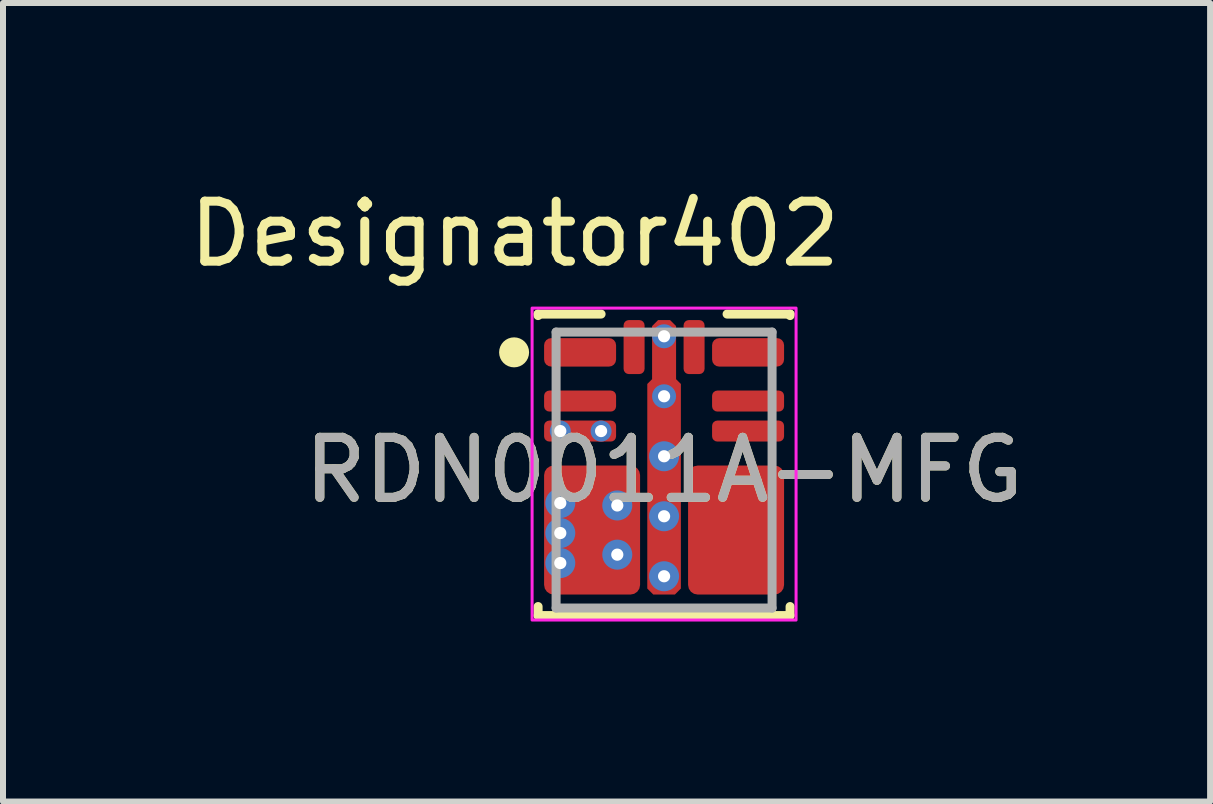
<source format=kicad_pcb>
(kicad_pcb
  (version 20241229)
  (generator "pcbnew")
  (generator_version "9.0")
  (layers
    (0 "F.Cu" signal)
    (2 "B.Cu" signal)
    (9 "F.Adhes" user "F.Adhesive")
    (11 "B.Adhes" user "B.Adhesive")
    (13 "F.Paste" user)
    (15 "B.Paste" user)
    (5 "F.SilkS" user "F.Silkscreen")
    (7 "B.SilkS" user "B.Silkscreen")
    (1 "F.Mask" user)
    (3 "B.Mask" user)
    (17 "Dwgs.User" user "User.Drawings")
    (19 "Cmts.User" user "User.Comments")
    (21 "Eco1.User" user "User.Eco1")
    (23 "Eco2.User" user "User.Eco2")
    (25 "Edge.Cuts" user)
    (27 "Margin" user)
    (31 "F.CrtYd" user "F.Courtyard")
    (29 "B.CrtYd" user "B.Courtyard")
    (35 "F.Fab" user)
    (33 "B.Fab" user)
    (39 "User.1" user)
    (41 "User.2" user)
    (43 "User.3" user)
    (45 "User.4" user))
  (footprint "RDN0011A-MFG"
    (layer "F.Cu")
    (at 8.019 4.785)
    (property "Reference" "RDN0011A-MFG" (at 0 0 0) (unlocked yes) (layer "F.SilkS") (effects (font (size 1 1) (thickness 0.15))))
    (attr through_hole)
    (fp_poly (pts (xy -0.2 -2.4) (xy -0.1 -2.5) (xy 0.1 -2.5) (xy 0.2 -2.4) (xy 0.2 -1.515) (xy 0.24 -1.475) (xy 0.24 -1.475) (xy 0.28 -1.435) (xy 0.28 1.975) (xy 0.18 2.075) (xy -0.18 2.075) (xy -0.28 1.975) (xy -0.28 -1.435) (xy -0.24 -1.475) (xy -0.24 -1.475) (xy -0.2 -1.515)) (stroke (width 0) (type solid)) (fill yes) (layer "F.Cu"))
    (fp_poly (pts (xy -1.95 -2.099) (xy -1.9 -2.15) (xy -0.9 -2.15) (xy -0.85 -2.099) (xy -0.85 -1.825) (xy -0.9 -1.774) (xy -1.9 -1.774) (xy -1.95 -1.825)) (stroke (width 0) (type solid)) (fill yes) (layer "F.Mask"))
    (fp_poly (pts (xy -1.9 -1.025) (xy -1.95 -1.075) (xy -1.95 -1.225) (xy -1.9 -1.275) (xy -0.9 -1.275) (xy -0.85 -1.225) (xy -0.85 -1.075) (xy -0.9 -1.025)) (stroke (width 0) (type solid)) (fill yes) (layer "F.Mask"))
    (fp_poly (pts (xy -0.9 -0.775) (xy -0.85 -0.725) (xy -0.85 -0.575) (xy -0.9 -0.525) (xy -1.9 -0.525) (xy -1.95 -0.575) (xy -1.95 -0.725) (xy -1.9 -0.775)) (stroke (width 0) (type solid)) (fill yes) (layer "F.Mask"))
    (fp_poly (pts (xy -0.425 -1.65) (xy -0.575 -1.65) (xy -0.625 -1.7) (xy -0.625 -2.4) (xy -0.575 -2.45) (xy -0.425 -2.45) (xy -0.375 -2.4) (xy -0.375 -1.7)) (stroke (width 0) (type solid)) (fill yes) (layer "F.Mask"))
    (fp_poly (pts (xy -0.15 -2.4) (xy -0.1 -2.45) (xy 0.1 -2.45) (xy 0.15 -2.4) (xy 0.15 -0.974) (xy 0.1 -0.924) (xy -0.1 -0.924) (xy -0.15 -0.974)) (stroke (width 0) (type solid)) (fill yes) (layer "F.Mask"))
    (fp_poly (pts (xy 0.575 -1.65) (xy 0.425 -1.65) (xy 0.375 -1.7) (xy 0.375 -2.4) (xy 0.425 -2.45) (xy 0.575 -2.45) (xy 0.625 -2.4) (xy 0.625 -1.7)) (stroke (width 0) (type solid)) (fill yes) (layer "F.Mask"))
    (fp_poly (pts (xy 0.85 -1.075) (xy 0.85 -1.225) (xy 0.9 -1.275) (xy 1.9 -1.275) (xy 1.95 -1.225) (xy 1.95 -1.075) (xy 1.9 -1.025) (xy 0.9 -1.025)) (stroke (width 0) (type solid)) (fill yes) (layer "F.Mask"))
    (fp_poly (pts (xy 0.85 -0.725) (xy 0.9 -0.775) (xy 1.9 -0.775) (xy 1.95 -0.725) (xy 1.95 -0.575) (xy 1.9 -0.525) (xy 0.9 -0.525) (xy 0.85 -0.575)) (stroke (width 0) (type solid)) (fill yes) (layer "F.Mask"))
    (fp_poly (pts (xy 1.95 -2.099) (xy 1.95 -1.825) (xy 1.9 -1.774) (xy 0.9 -1.774) (xy 0.85 -1.825) (xy 0.85 -2.099) (xy 0.9 -2.15) (xy 1.9 -2.15)) (stroke (width 0) (type solid)) (fill yes) (layer "F.Mask"))
    (fp_poly (pts (xy -0.5 2.025) (xy -0.45 1.975) (xy -0.45 0.025) (xy -0.5 -0.025) (xy -1.525 -0.025) (xy -1.575 0.025) (xy -1.575 0.125) (xy -1.625 0.175) (xy -1.9 0.175) (xy -1.95 0.225) (xy -1.95 0.375) (xy -1.9 0.425) (xy -1.625 0.425) (xy -1.575 0.475) (xy -1.575 0.625) (xy -1.625 0.675) (xy -1.9 0.675) (xy -1.95 0.725) (xy -1.95 0.875) (xy -1.9 0.925) (xy -1.625 0.925) (xy -1.575 0.975) (xy -1.575 1.125) (xy -1.625 1.175) (xy -1.9 1.175) (xy -1.95 1.225) (xy -1.95 1.375) (xy -1.9 1.425) (xy -1.625 1.425) (xy -1.575 1.475) (xy -1.575 1.625) (xy -1.625 1.675) (xy -1.9 1.675) (xy -1.95 1.725) (xy -1.95 1.875) (xy -1.9 1.925) (xy -1.625 1.925) (xy -1.575 1.975) (xy -1.575 1.975) (xy -1.525 2.025)) (stroke (width 0) (type solid)) (fill yes) (layer "F.Mask"))
    (fp_poly (pts (xy 0.5 2.025) (xy 0.45 1.975) (xy 0.45 0.025) (xy 0.5 -0.025) (xy 1.525 -0.025) (xy 1.575 0.025) (xy 1.575 0.125) (xy 1.625 0.175) (xy 1.9 0.175) (xy 1.95 0.225) (xy 1.95 0.375) (xy 1.9 0.425) (xy 1.625 0.425) (xy 1.575 0.475) (xy 1.575 0.625) (xy 1.625 0.675) (xy 1.9 0.675) (xy 1.95 0.725) (xy 1.95 0.875) (xy 1.9 0.925) (xy 1.625 0.925) (xy 1.575 0.975) (xy 1.575 1.125) (xy 1.625 1.175) (xy 1.9 1.175) (xy 1.95 1.225) (xy 1.95 1.375) (xy 1.9 1.425) (xy 1.625 1.425) (xy 1.575 1.475) (xy 1.575 1.625) (xy 1.625 1.675) (xy 1.9 1.675) (xy 1.95 1.725) (xy 1.95 1.875) (xy 1.9 1.925) (xy 1.625 1.925) (xy 1.575 1.975) (xy 1.575 1.975) (xy 1.525 2.025)) (stroke (width 0) (type solid)) (fill yes) (layer "F.Mask"))
    (fp_line (start -2.1 -2.6) (end -1.05 -2.6) (stroke (width 0.15) (type solid)) (layer "F.SilkS"))
    (fp_line (start -2.1 -2.575) (end -2.1 -2.6) (stroke (width 0.15) (type solid)) (layer "F.SilkS"))
    (fp_line (start -2.1 2.425) (end -2.1 2.275) (stroke (width 0.15) (type solid)) (layer "F.SilkS"))
    (fp_line (start -2.1 2.425) (end 2.1 2.425) (stroke (width 0.15) (type solid)) (layer "F.SilkS"))
    (fp_line (start 1.05 -2.6) (end 2.1 -2.6) (stroke (width 0.15) (type solid)) (layer "F.SilkS"))
    (fp_line (start 2.1 -2.575) (end 2.1 -2.6) (stroke (width 0.15) (type solid)) (layer "F.SilkS"))
    (fp_line (start 2.1 2.425) (end 2.1 2.275) (stroke (width 0.15) (type solid)) (layer "F.SilkS"))
    (fp_circle (center -2.5 -1.962) (end -2.375 -1.962) (stroke (width 0.25) (type solid)) (fill no) (layer "F.SilkS"))
    (fp_poly (pts (xy -1.95 -2.099) (xy -1.9 -2.15) (xy -0.9 -2.15) (xy -0.85 -2.099) (xy -0.85 -1.825) (xy -0.9 -1.774) (xy -1.9 -1.774) (xy -1.95 -1.825)) (stroke (width 0) (type solid)) (fill yes) (layer "F.Paste"))
    (fp_poly (pts (xy -1.9 -1.025) (xy -1.95 -1.075) (xy -1.95 -1.225) (xy -1.9 -1.275) (xy -0.9 -1.275) (xy -0.85 -1.225) (xy -0.85 -1.075) (xy -0.9 -1.025)) (stroke (width 0) (type solid)) (fill yes) (layer "F.Paste"))
    (fp_poly (pts (xy -1.575 0.225) (xy -1.575 0.375) (xy -1.625 0.425) (xy -1.9 0.425) (xy -1.95 0.375) (xy -1.95 0.225) (xy -1.9 0.175) (xy -1.625 0.175)) (stroke (width 0) (type solid)) (fill yes) (layer "F.Paste"))
    (fp_poly (pts (xy -1.575 0.725) (xy -1.575 0.875) (xy -1.625 0.925) (xy -1.9 0.925) (xy -1.95 0.875) (xy -1.95 0.725) (xy -1.9 0.675) (xy -1.625 0.675)) (stroke (width 0) (type solid)) (fill yes) (layer "F.Paste"))
    (fp_poly (pts (xy -1.575 1.225) (xy -1.575 1.375) (xy -1.625 1.425) (xy -1.9 1.425) (xy -1.95 1.375) (xy -1.95 1.225) (xy -1.9 1.175) (xy -1.625 1.175)) (stroke (width 0) (type solid)) (fill yes) (layer "F.Paste"))
    (fp_poly (pts (xy -1.575 1.725) (xy -1.575 1.875) (xy -1.625 1.925) (xy -1.9 1.925) (xy -1.95 1.875) (xy -1.95 1.725) (xy -1.9 1.675) (xy -1.625 1.675)) (stroke (width 0) (type solid)) (fill yes) (layer "F.Paste"))
    (fp_poly (pts (xy -1.38 0.443) (xy -1.38 0.028) (xy -1.33 -0.022) (xy -0.5 -0.022) (xy -0.45 0.028) (xy -0.45 0.443) (xy -0.5 0.493) (xy -1.33 0.493)) (stroke (width 0) (type solid)) (fill yes) (layer "F.Paste"))
    (fp_poly (pts (xy -1.33 1.31) (xy -1.38 1.26) (xy -1.38 0.74) (xy -1.33 0.69) (xy -0.5 0.69) (xy -0.45 0.74) (xy -0.45 1.26) (xy -0.5 1.31)) (stroke (width 0) (type solid)) (fill yes) (layer "F.Paste"))
    (fp_poly (pts (xy -1.33 1.512) (xy -0.5 1.512) (xy -0.45 1.562) (xy -0.45 1.977) (xy -0.5 2.027) (xy -1.33 2.027) (xy -1.38 1.977) (xy -1.38 1.562)) (stroke (width 0) (type solid)) (fill yes) (layer "F.Paste"))
    (fp_poly (pts (xy -0.9 -0.775) (xy -0.85 -0.725) (xy -0.85 -0.575) (xy -0.9 -0.525) (xy -1.9 -0.525) (xy -1.95 -0.575) (xy -1.95 -0.725) (xy -1.9 -0.775)) (stroke (width 0) (type solid)) (fill yes) (layer "F.Paste"))
    (fp_poly (pts (xy -0.425 -1.65) (xy -0.575 -1.65) (xy -0.625 -1.7) (xy -0.625 -2.4) (xy -0.575 -2.45) (xy -0.425 -2.45) (xy -0.375 -2.4) (xy -0.375 -1.7)) (stroke (width 0) (type solid)) (fill yes) (layer "F.Paste"))
    (fp_poly (pts (xy -0.15 -2.4) (xy -0.1 -2.45) (xy 0.1 -2.45) (xy 0.15 -2.4) (xy 0.15 -0.974) (xy 0.1 -0.924) (xy -0.1 -0.924) (xy -0.15 -0.974)) (stroke (width 0) (type solid)) (fill yes) (layer "F.Paste"))
    (fp_poly (pts (xy 0.45 1.26) (xy 0.45 0.74) (xy 0.5 0.69) (xy 1.33 0.69) (xy 1.38 0.74) (xy 1.38 1.26) (xy 1.33 1.31) (xy 0.5 1.31)) (stroke (width 0) (type solid)) (fill yes) (layer "F.Paste"))
    (fp_poly (pts (xy 0.575 -1.65) (xy 0.425 -1.65) (xy 0.375 -1.7) (xy 0.375 -2.4) (xy 0.425 -2.45) (xy 0.575 -2.45) (xy 0.625 -2.4) (xy 0.625 -1.7)) (stroke (width 0) (type solid)) (fill yes) (layer "F.Paste"))
    (fp_poly (pts (xy 0.85 -1.075) (xy 0.85 -1.225) (xy 0.9 -1.275) (xy 1.9 -1.275) (xy 1.95 -1.225) (xy 1.95 -1.075) (xy 1.9 -1.025) (xy 0.9 -1.025)) (stroke (width 0) (type solid)) (fill yes) (layer "F.Paste"))
    (fp_poly (pts (xy 0.85 -0.725) (xy 0.9 -0.775) (xy 1.9 -0.775) (xy 1.95 -0.725) (xy 1.95 -0.575) (xy 1.9 -0.525) (xy 0.9 -0.525) (xy 0.85 -0.575)) (stroke (width 0) (type solid)) (fill yes) (layer "F.Paste"))
    (fp_poly (pts (xy 1.33 0.493) (xy 0.5 0.493) (xy 0.45 0.443) (xy 0.45 0.028) (xy 0.5 -0.022) (xy 1.33 -0.022) (xy 1.38 0.028) (xy 1.38 0.443)) (stroke (width 0) (type solid)) (fill yes) (layer "F.Paste"))
    (fp_poly (pts (xy 1.38 1.562) (xy 1.38 1.977) (xy 1.33 2.027) (xy 0.5 2.027) (xy 0.45 1.977) (xy 0.45 1.562) (xy 0.5 1.512) (xy 1.33 1.512)) (stroke (width 0) (type solid)) (fill yes) (layer "F.Paste"))
    (fp_poly (pts (xy 1.95 0.225) (xy 1.95 0.375) (xy 1.9 0.425) (xy 1.625 0.425) (xy 1.575 0.375) (xy 1.575 0.225) (xy 1.625 0.175) (xy 1.9 0.175)) (stroke (width 0) (type solid)) (fill yes) (layer "F.Paste"))
    (fp_poly (pts (xy 1.95 0.725) (xy 1.95 0.875) (xy 1.9 0.925) (xy 1.625 0.925) (xy 1.575 0.875) (xy 1.575 0.725) (xy 1.625 0.675) (xy 1.9 0.675)) (stroke (width 0) (type solid)) (fill yes) (layer "F.Paste"))
    (fp_poly (pts (xy 1.95 1.225) (xy 1.95 1.375) (xy 1.9 1.425) (xy 1.625 1.425) (xy 1.575 1.375) (xy 1.575 1.225) (xy 1.625 1.175) (xy 1.9 1.175)) (stroke (width 0) (type solid)) (fill yes) (layer "F.Paste"))
    (fp_poly (pts (xy 1.95 1.725) (xy 1.95 1.875) (xy 1.9 1.925) (xy 1.625 1.925) (xy 1.575 1.875) (xy 1.575 1.725) (xy 1.625 1.675) (xy 1.9 1.675)) (stroke (width 0) (type solid)) (fill yes) (layer "F.Paste"))
    (fp_poly (pts (xy 1.95 -2.099) (xy 1.95 -1.825) (xy 1.9 -1.774) (xy 0.9 -1.774) (xy 0.85 -1.825) (xy 0.85 -2.099) (xy 0.9 -2.15) (xy 1.9 -2.15)) (stroke (width 0) (type solid)) (fill yes) (layer "F.Paste"))
    (fp_rect (start -2.2 -2.7) (end 2.2 2.5) (stroke (width 0.05) (type default)) (fill no) (layer "F.CrtYd"))
    (fp_line (start -1.8 -2.3) (end 1.8 -2.3) (stroke (width 0.15) (type solid)) (layer "F.Fab"))
    (fp_line (start -1.8 2.3) (end -1.8 -2.3) (stroke (width 0.15) (type solid)) (layer "F.Fab"))
    (fp_line (start -1.8 2.3) (end 1.8 2.3) (stroke (width 0.15) (type solid)) (layer "F.Fab"))
    (fp_line (start 1.8 2.3) (end 1.8 -2.3) (stroke (width 0.15) (type solid)) (layer "F.Fab"))
    (fp_text user "Designator402" (at -2.489 -3.937 0) (unlocked yes) (layer "F.SilkS") (effects (font (size 1 1) (thickness 0.15))))
    (fp_text user "${REFERENCE}" (at 0 0 0) (unlocked yes) (layer "F.Fab") (effects (font (size 1 1) (thickness 0.15))))
    (pad "1" smd roundrect (at -1.4 -1.962) (size 1.2 0.475) (layers "F.Cu") (roundrect_rratio 0.25))
    (pad "2" smd roundrect (at -1.4 -1.15) (size 1.2 0.35) (layers "F.Cu") (roundrect_rratio 0.25))
    (pad "3" smd roundrect (at -1.4 -0.65) (size 1.2 0.35) (layers "F.Cu") (roundrect_rratio 0.25))
    (pad "4" smd roundrect (at -1.2 1) (size 1.6 2.15) (layers "F.Cu") (roundrect_rratio 0.1))
    (pad "5" smd roundrect (at 1.2 1) (size 1.6 2.15) (layers "F.Cu") (roundrect_rratio 0.1))
    (pad "6" smd roundrect (at 1.4 -0.65) (size 1.2 0.35) (layers "F.Cu") (roundrect_rratio 0.25))
    (pad "7" smd roundrect (at 1.4 -1.15) (size 1.2 0.35) (layers "F.Cu") (roundrect_rratio 0.25))
    (pad "8" smd roundrect (at 1.4 -1.962) (size 1.2 0.475) (layers "F.Cu") (roundrect_rratio 0.25))
    (pad "9" smd roundrect (at 0.5 -2.05) (size 0.35 0.9) (layers "F.Cu") (roundrect_rratio 0.25))
    (pad "10" smd circle (at 0 -1.005) (size 0.504 0.504) (layers "F.Cu"))
    (pad "11" smd roundrect (at -0.5 -2.05) (size 0.35 0.9) (layers "F.Cu") (roundrect_rratio 0.25))
    (pad "12" thru_hole circle (at -1.05 -0.65) (size 0.35 0.35) (drill 0.203) (layers "*.Cu" "B.Mask"))
    (pad "13" thru_hole circle (at -1.73 -0.65) (size 0.35 0.35) (drill 0.203) (layers "*.Cu" "B.Mask"))
    (pad "14" thru_hole circle (at -0.78 1.41) (size 0.5 0.5) (drill 0.203) (layers "*.Cu" "B.Mask"))
    (pad "15" thru_hole circle (at -0.78 0.59) (size 0.5 0.5) (drill 0.203) (layers "*.Cu" "B.Mask"))
    (pad "16" thru_hole circle (at -1.73 1.55) (size 0.5 0.5) (drill 0.203) (layers "*.Cu" "B.Mask"))
    (pad "17" thru_hole circle (at -1.73 1.05) (size 0.5 0.5) (drill 0.203) (layers "*.Cu" "B.Mask"))
    (pad "18" thru_hole circle (at -1.73 0.55) (size 0.5 0.5) (drill 0.203) (layers "*.Cu" "B.Mask"))
    (pad "19" thru_hole circle (at 0 -2.23) (size 0.4 0.4) (drill 0.203) (layers "*.Cu" "B.Mask"))
    (pad "20" thru_hole circle (at 0 -1.23) (size 0.4 0.4) (drill 0.203) (layers "*.Cu" "B.Mask"))
    (pad "21" thru_hole circle (at 0 -0.23) (size 0.5 0.5) (drill 0.203) (layers "*.Cu" "B.Mask"))
    (pad "22" thru_hole circle (at 0 0.77) (size 0.5 0.5) (drill 0.203) (layers "*.Cu" "B.Mask"))
    (pad "23" thru_hole circle (at 0 1.77) (size 0.5 0.5) (drill 0.203) (layers "*.Cu" "B.Mask")))
  (gr_rect
    (start -3 -3)
    (end 17.12 10.31)
    (stroke (width 0.1) (type default))
    (fill no)
    (layer "Edge.Cuts")))
</source>
